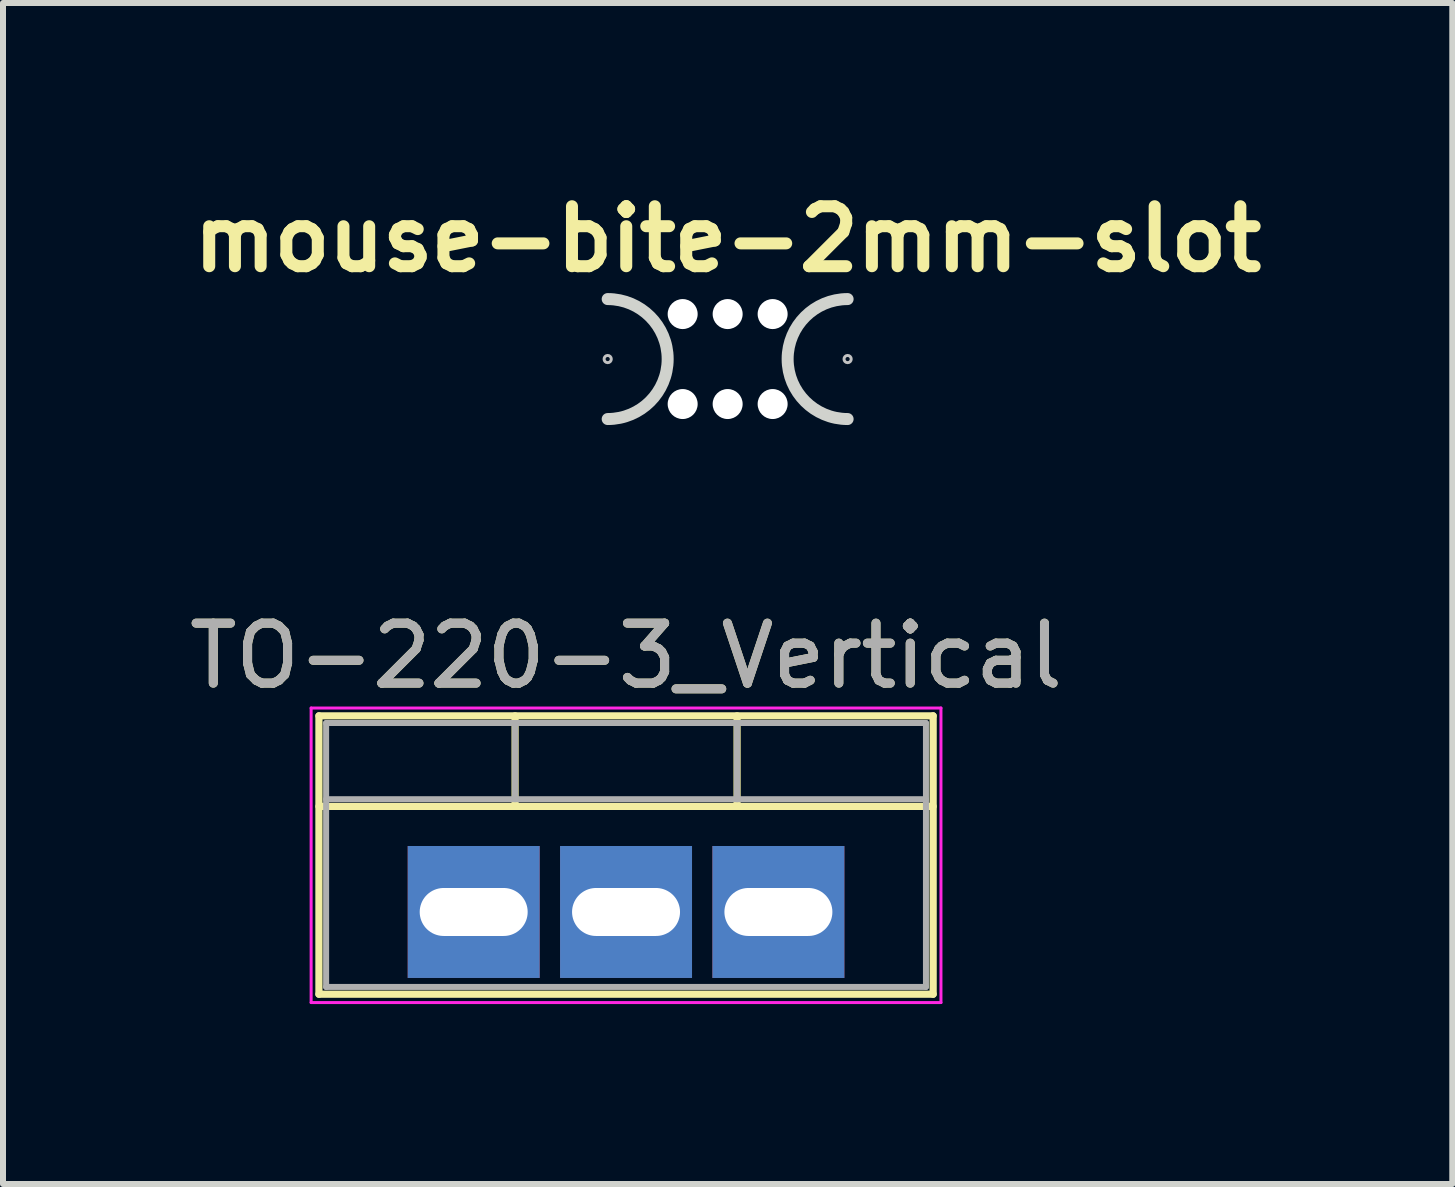
<source format=kicad_pcb>
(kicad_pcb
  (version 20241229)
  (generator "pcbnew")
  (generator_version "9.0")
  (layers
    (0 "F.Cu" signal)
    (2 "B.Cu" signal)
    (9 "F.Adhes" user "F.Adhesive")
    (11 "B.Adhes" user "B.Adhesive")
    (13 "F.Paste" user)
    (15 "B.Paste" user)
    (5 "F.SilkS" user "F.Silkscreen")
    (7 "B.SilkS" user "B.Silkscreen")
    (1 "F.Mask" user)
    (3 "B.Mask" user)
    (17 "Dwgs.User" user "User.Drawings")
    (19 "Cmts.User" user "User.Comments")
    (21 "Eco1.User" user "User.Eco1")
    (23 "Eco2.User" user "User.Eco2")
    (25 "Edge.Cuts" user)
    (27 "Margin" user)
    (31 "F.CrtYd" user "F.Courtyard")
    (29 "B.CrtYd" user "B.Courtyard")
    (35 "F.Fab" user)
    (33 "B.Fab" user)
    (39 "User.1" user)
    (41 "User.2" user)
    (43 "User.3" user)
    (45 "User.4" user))
  (footprint "mouse-bite-2mm-slot"
    (layer "F.Cu")
    (at 9.081 2.936)
    (property "Reference" "mouse-bite-2mm-slot" (at 0 -2 0) (layer "F.SilkS") (effects (font (size 1 1) (thickness 0.2))))
    (attr through_hole)
    (fp_circle (center -2 0) (end -2 -0.06) (stroke (width 0.05) (type solid)) (fill no) (layer "Dwgs.User"))
    (fp_circle (center 2 0) (end 2.06 0) (stroke (width 0.05) (type solid)) (fill no) (layer "Dwgs.User"))
    (fp_line (start -2 0) (end -2 0) (stroke (width 2) (type solid)) (layer "Eco1.User"))
    (fp_line (start 2 0) (end 2 0) (stroke (width 2) (type solid)) (layer "Eco1.User"))
    (fp_arc (start -2 -1) (mid -1 0) (end -2 1) (stroke (width 0.2) (type solid)) (layer "Edge.Cuts"))
    (fp_arc (start 2 1) (mid 1 0) (end 2 -1) (stroke (width 0.2) (type solid)) (layer "Edge.Cuts"))
    (pad "" np_thru_hole circle (at -0.75 -0.75) (size 0.5 0.5) (drill 0.5) (layers "*.Cu" "*.Mask"))
    (pad "" np_thru_hole circle (at -0.75 0.75) (size 0.5 0.5) (drill 0.5) (layers "*.Cu" "*.Mask"))
    (pad "" np_thru_hole circle (at 0 -0.75) (size 0.5 0.5) (drill 0.5) (layers "*.Cu" "*.Mask"))
    (pad "" np_thru_hole circle (at 0 0.75) (size 0.5 0.5) (drill 0.5) (layers "*.Cu" "*.Mask"))
    (pad "" np_thru_hole circle (at 0.75 -0.75) (size 0.5 0.5) (drill 0.5) (layers "*.Cu" "*.Mask"))
    (pad "" np_thru_hole circle (at 0.75 0.75) (size 0.5 0.5) (drill 0.5) (layers "*.Cu" "*.Mask")))
  (footprint "TO-220-3_Vertical"
    (layer "F.Cu")
    (at 4.847 12.154)
    (property "Reference" "TO-220-3_Vertical" (at 2.54 -4.27 0) (layer "F.SilkS") (effects (font (size 1 1) (thickness 0.15))))
    (attr through_hole)
    (fp_line (start -2.58 -3.27) (end -2.58 1.371) (stroke (width 0.12) (type solid)) (layer "F.SilkS"))
    (fp_line (start -2.58 -3.27) (end 7.66 -3.27) (stroke (width 0.12) (type solid)) (layer "F.SilkS"))
    (fp_line (start -2.58 -1.76) (end 7.66 -1.76) (stroke (width 0.12) (type solid)) (layer "F.SilkS"))
    (fp_line (start -2.58 1.371) (end 7.66 1.371) (stroke (width 0.12) (type solid)) (layer "F.SilkS"))
    (fp_line (start 0.69 -3.27) (end 0.69 -1.76) (stroke (width 0.12) (type solid)) (layer "F.SilkS"))
    (fp_line (start 4.391 -3.27) (end 4.391 -1.76) (stroke (width 0.12) (type solid)) (layer "F.SilkS"))
    (fp_line (start 7.66 -3.27) (end 7.66 1.371) (stroke (width 0.12) (type solid)) (layer "F.SilkS"))
    (fp_line (start -2.71 -3.4) (end -2.71 1.51) (stroke (width 0.05) (type solid)) (layer "F.CrtYd"))
    (fp_line (start -2.71 1.51) (end 7.79 1.51) (stroke (width 0.05) (type solid)) (layer "F.CrtYd"))
    (fp_line (start 7.79 -3.4) (end -2.71 -3.4) (stroke (width 0.05) (type solid)) (layer "F.CrtYd"))
    (fp_line (start 7.79 1.51) (end 7.79 -3.4) (stroke (width 0.05) (type solid)) (layer "F.CrtYd"))
    (fp_line (start -2.46 -3.15) (end -2.46 1.25) (stroke (width 0.1) (type solid)) (layer "F.Fab"))
    (fp_line (start -2.46 -1.88) (end 7.54 -1.88) (stroke (width 0.1) (type solid)) (layer "F.Fab"))
    (fp_line (start -2.46 1.25) (end 7.54 1.25) (stroke (width 0.1) (type solid)) (layer "F.Fab"))
    (fp_line (start 0.69 -3.15) (end 0.69 -1.88) (stroke (width 0.1) (type solid)) (layer "F.Fab"))
    (fp_line (start 4.39 -3.15) (end 4.39 -1.88) (stroke (width 0.1) (type solid)) (layer "F.Fab"))
    (fp_line (start 7.54 -3.15) (end -2.46 -3.15) (stroke (width 0.1) (type solid)) (layer "F.Fab"))
    (fp_line (start 7.54 1.25) (end 7.54 -3.15) (stroke (width 0.1) (type solid)) (layer "F.Fab"))
    (fp_text user "${REFERENCE}" (at 2.54 -4.27 0) (layer "F.Fab") (effects (font (size 1 1) (thickness 0.15))))
    (pad "1" thru_hole rect (at 0 0) (size 2.2 2.2) (drill oval 1.8 0.8) (layers "*.Cu" "*.Mask"))
    (pad "2" thru_hole rect (at 2.54 0) (size 2.2 2.2) (drill oval 1.8 0.8) (layers "*.Cu" "*.Mask"))
    (pad "3" thru_hole rect (at 5.08 0) (size 2.2 2.2) (drill oval 1.8 0.8) (layers "*.Cu" "*.Mask")))
  (gr_rect
    (start -3 -3)
    (end 21.162 16.689)
    (stroke (width 0.1) (type default))
    (fill no)
    (layer "Edge.Cuts")))
</source>
